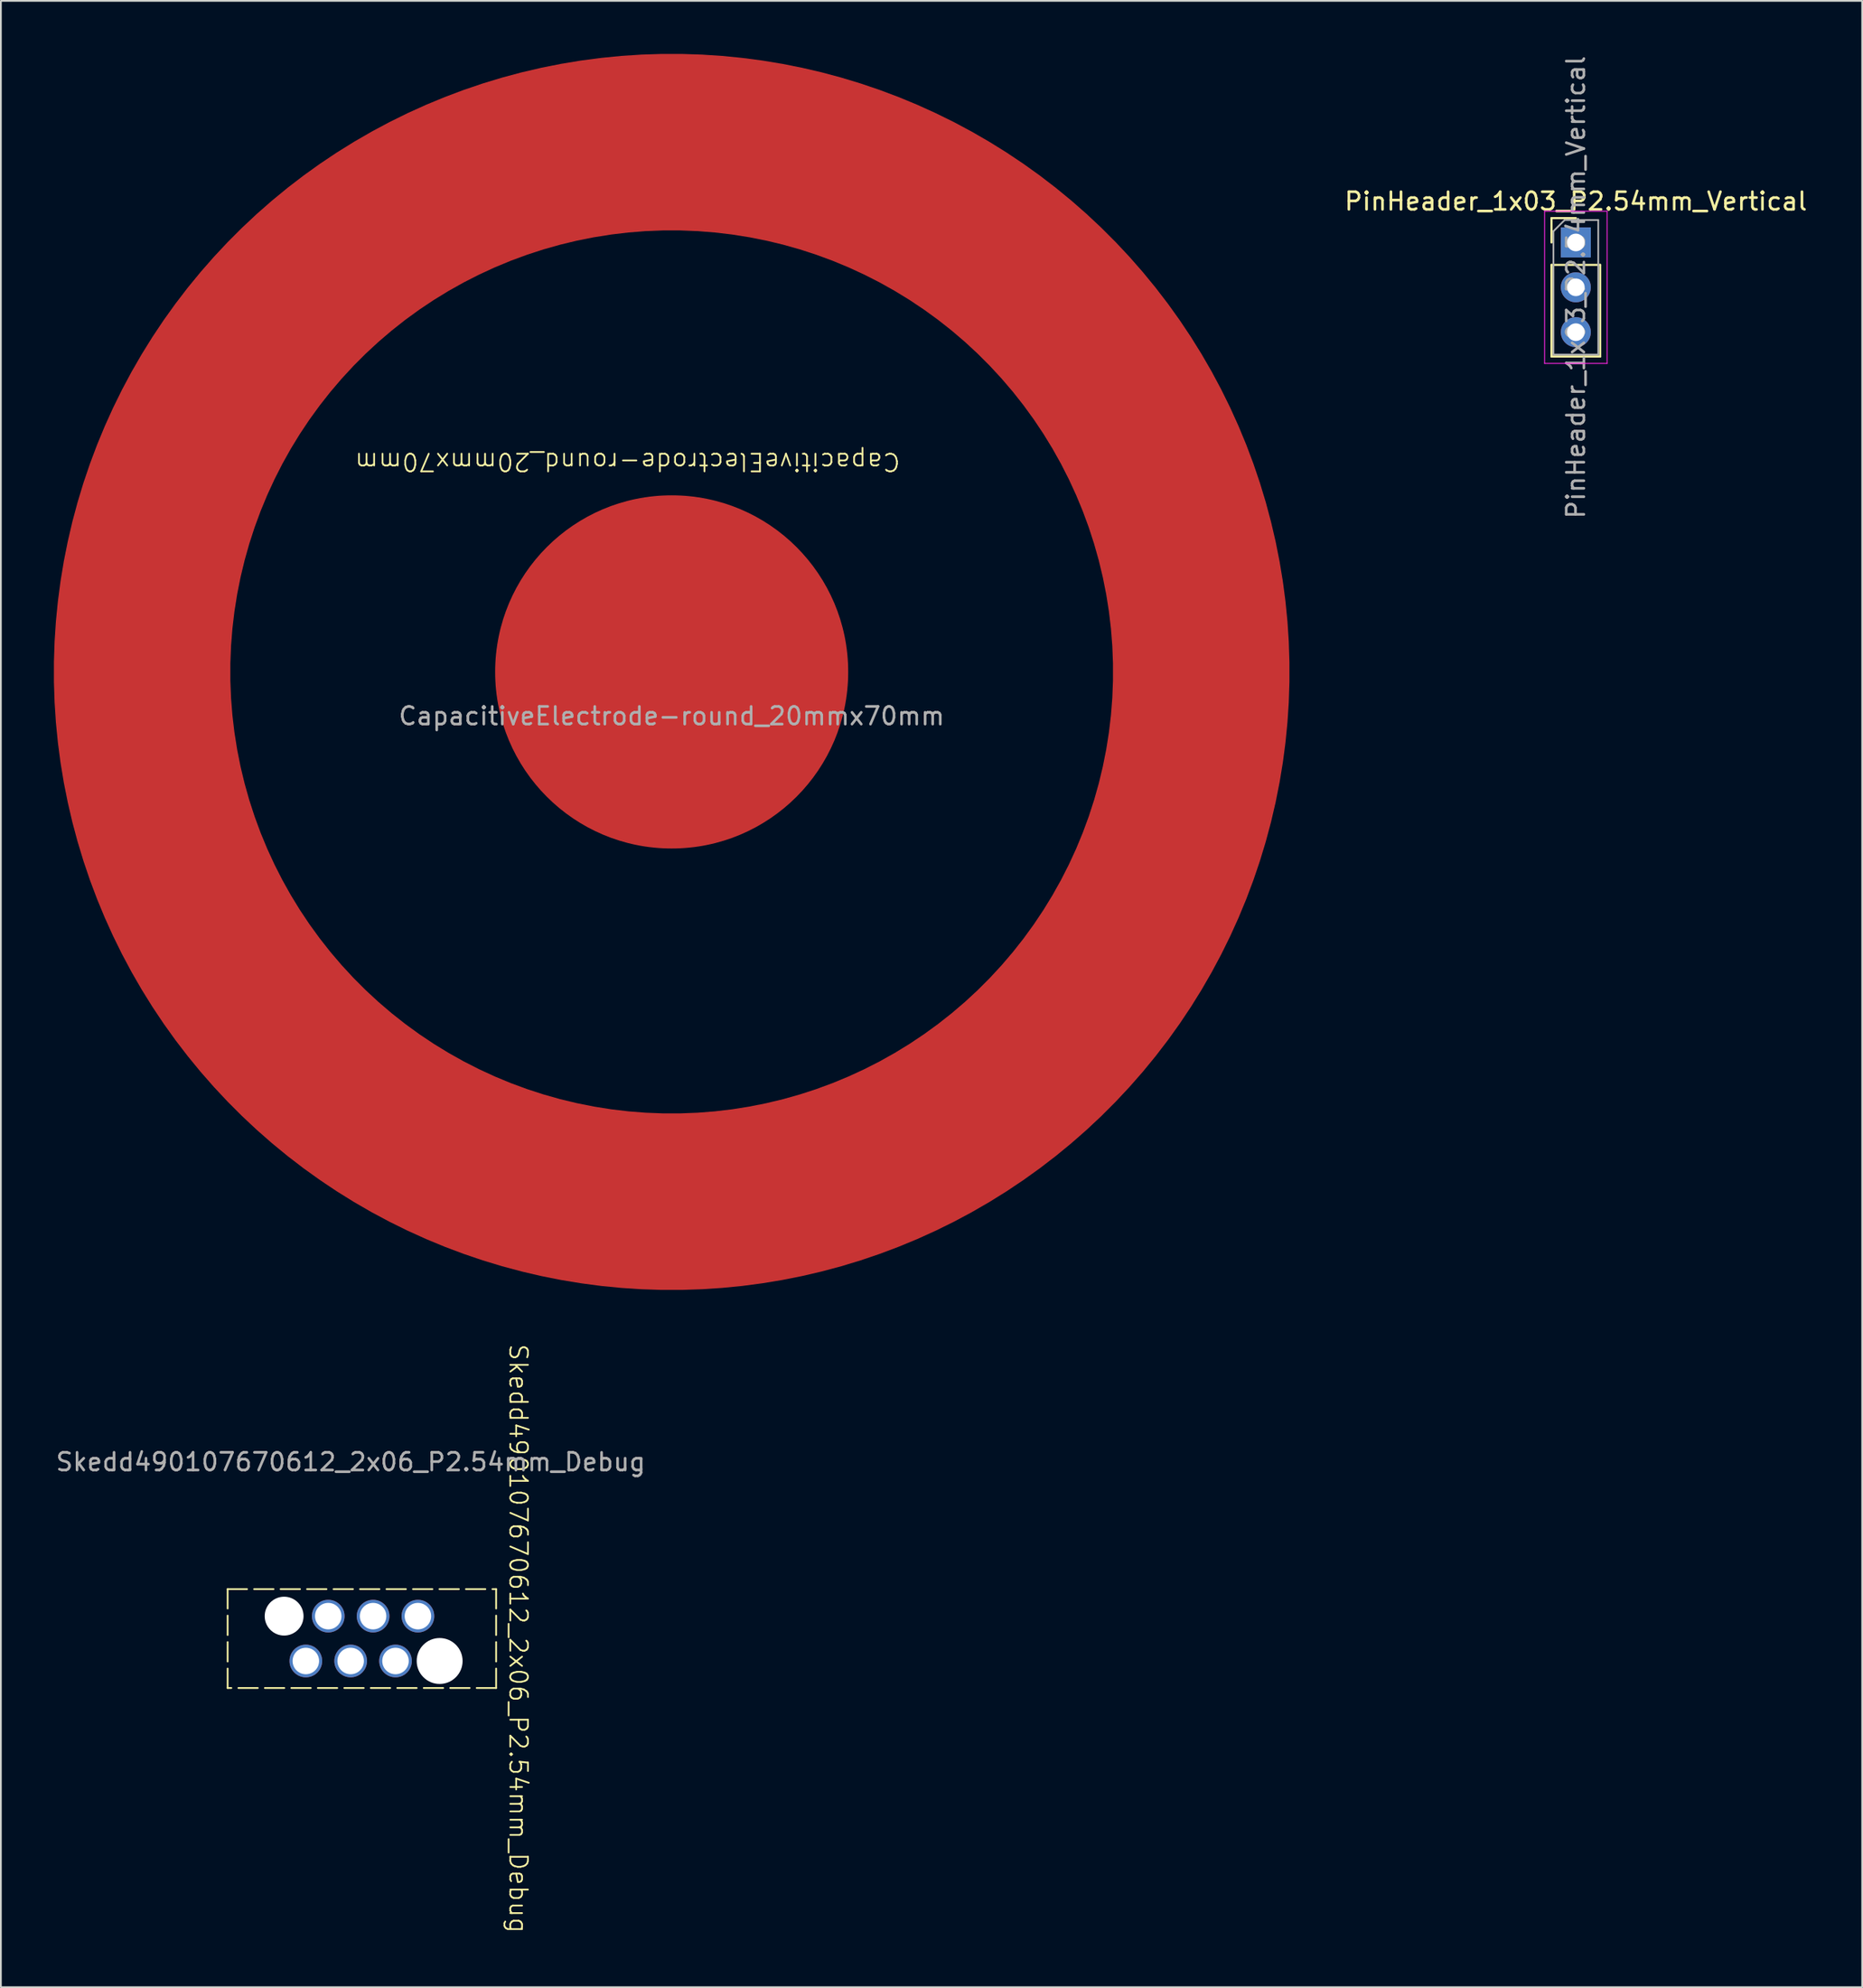
<source format=kicad_pcb>
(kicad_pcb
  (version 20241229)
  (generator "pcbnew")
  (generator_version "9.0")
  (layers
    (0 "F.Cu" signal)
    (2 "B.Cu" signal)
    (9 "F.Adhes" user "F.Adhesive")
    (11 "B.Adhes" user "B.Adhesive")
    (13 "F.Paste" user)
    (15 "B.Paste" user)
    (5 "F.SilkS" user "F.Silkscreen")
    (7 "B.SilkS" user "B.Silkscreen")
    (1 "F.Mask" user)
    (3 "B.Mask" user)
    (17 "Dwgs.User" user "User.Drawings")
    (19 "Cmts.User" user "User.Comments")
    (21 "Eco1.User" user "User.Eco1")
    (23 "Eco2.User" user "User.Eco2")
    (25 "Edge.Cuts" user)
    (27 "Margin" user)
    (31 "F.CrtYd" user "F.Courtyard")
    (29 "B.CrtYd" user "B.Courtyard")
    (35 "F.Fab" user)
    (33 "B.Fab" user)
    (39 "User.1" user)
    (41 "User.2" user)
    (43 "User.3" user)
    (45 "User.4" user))
  (footprint "Skedd490107670612_2x06_P2.54mm_Debug"
    (layer "F.Cu")
    (at 16.815 89.74)
    (property "Reference" "Skedd490107670612_2x06_P2.54mm_Debug" (at 9.5 0 270) (unlocked yes) (layer "F.SilkS") (effects (font (size 1 1) (thickness 0.1))))
    (attr smd exclude_from_bom dnp)
    (fp_rect (start -6.97 -2.8) (end 8.24 2.8) (stroke (width 0.1) (type dash)) (fill no) (layer "F.SilkS"))
    (fp_text user "${REFERENCE}" (at 0 -10 0) (unlocked yes) (layer "F.Fab") (effects (font (size 1 1) (thickness 0.15))))
    (pad "" np_thru_hole circle (at -3.77 -1.27) (size 2.2 2.2) (drill 2.2) (layers "*.Cu" "*.Mask"))
    (pad "" np_thru_hole circle (at 5.04 1.27) (size 2.6 2.6) (drill 2.6) (layers "*.Cu" "*.Mask"))
    (pad "1" thru_hole circle (at 3.81 -1.27) (size 1.85 1.85) (drill 1.5) (layers "*.Cu" "*.Mask"))
    (pad "2" thru_hole circle (at 1.27 -1.27) (size 1.85 1.85) (drill 1.5) (layers "*.Cu" "*.Mask"))
    (pad "3" thru_hole circle (at -1.27 -1.27) (size 1.85 1.85) (drill 1.5) (layers "*.Cu" "*.Mask"))
    (pad "4" thru_hole circle (at -2.54 1.27) (size 1.85 1.85) (drill 1.5) (layers "*.Cu" "*.Mask"))
    (pad "5" thru_hole circle (at 0 1.27) (size 1.85 1.85) (drill 1.5) (layers "*.Cu" "*.Mask"))
    (pad "6" thru_hole circle (at 2.54 1.27) (size 1.85 1.85) (drill 1.5) (layers "*.Cu" "*.Mask")))
  (footprint "CapacitiveElectrode-round_20mmx70mm"
    (layer "F.Cu")
    (at 35 35)
    (property "Reference" "CapacitiveElectrode-round_20mmx70mm" (at -2.5 -11.9 180) (unlocked yes) (layer "F.SilkS") (effects (font (size 1 1) (thickness 0.1))))
    (attr smd exclude_from_bom)
    (fp_text user "${REFERENCE}" (at 0 2.5 0) (unlocked yes) (layer "F.Fab") (effects (font (size 1 1) (thickness 0.15))))
    (pad "1" smd circle (at 0 0) (size 20 20) (layers "F.Cu"))
    (pad "2" smd custom (at 0 -30) (size 5 5) (layers "F.Cu") (options (anchor circle)) (primitives (gr_circle (center 0 30) (end 30 30) (width 10) (fill no)))))
  (footprint "PinHeader_1x03_P2.54mm_Vertical"
    (layer "F.Cu")
    (at 86.22 10.68)
    (property "Reference" "PinHeader_1x03_P2.54mm_Vertical" (at 0 -2.33 0) (layer "F.SilkS") (effects (font (size 1 1) (thickness 0.15))))
    (attr through_hole)
    (fp_line (start -1.38 -1.38) (end 0 -1.38) (stroke (width 0.12) (type solid)) (layer "F.SilkS"))
    (fp_line (start -1.38 0) (end -1.38 -1.38) (stroke (width 0.12) (type solid)) (layer "F.SilkS"))
    (fp_line (start -1.38 1.27) (end -1.38 6.46) (stroke (width 0.12) (type solid)) (layer "F.SilkS"))
    (fp_line (start -1.38 1.27) (end 1.38 1.27) (stroke (width 0.12) (type solid)) (layer "F.SilkS"))
    (fp_line (start -1.38 6.46) (end 1.38 6.46) (stroke (width 0.12) (type solid)) (layer "F.SilkS"))
    (fp_line (start 1.38 1.27) (end 1.38 6.46) (stroke (width 0.12) (type solid)) (layer "F.SilkS"))
    (fp_line (start -1.77 -1.77) (end -1.77 6.85) (stroke (width 0.05) (type solid)) (layer "F.CrtYd"))
    (fp_line (start -1.77 6.85) (end 1.77 6.85) (stroke (width 0.05) (type solid)) (layer "F.CrtYd"))
    (fp_line (start 1.77 -1.77) (end -1.77 -1.77) (stroke (width 0.05) (type solid)) (layer "F.CrtYd"))
    (fp_line (start 1.77 6.85) (end 1.77 -1.77) (stroke (width 0.05) (type solid)) (layer "F.CrtYd"))
    (fp_line (start -1.27 -0.635) (end -0.635 -1.27) (stroke (width 0.1) (type solid)) (layer "F.Fab"))
    (fp_line (start -1.27 6.35) (end -1.27 -0.635) (stroke (width 0.1) (type solid)) (layer "F.Fab"))
    (fp_line (start -0.635 -1.27) (end 1.27 -1.27) (stroke (width 0.1) (type solid)) (layer "F.Fab"))
    (fp_line (start 1.27 -1.27) (end 1.27 6.35) (stroke (width 0.1) (type solid)) (layer "F.Fab"))
    (fp_line (start 1.27 6.35) (end -1.27 6.35) (stroke (width 0.1) (type solid)) (layer "F.Fab"))
    (fp_text user "${REFERENCE}" (at 0 2.54 270) (layer "F.Fab") (effects (font (size 1 1) (thickness 0.15))))
    (pad "1" thru_hole rect (at 0 0) (size 1.7 1.7) (drill 1) (layers "*.Cu" "*.Mask"))
    (pad "2" thru_hole circle (at 0 2.54) (size 1.7 1.7) (drill 1) (layers "*.Cu" "*.Mask"))
    (pad "3" thru_hole circle (at 0 5.08) (size 1.7 1.7) (drill 1) (layers "*.Cu" "*.Mask")))
  (gr_rect
    (start -3 -3)
    (end 102.44 109.481)
    (stroke (width 0.1) (type default))
    (fill no)
    (layer "Edge.Cuts")))
</source>
